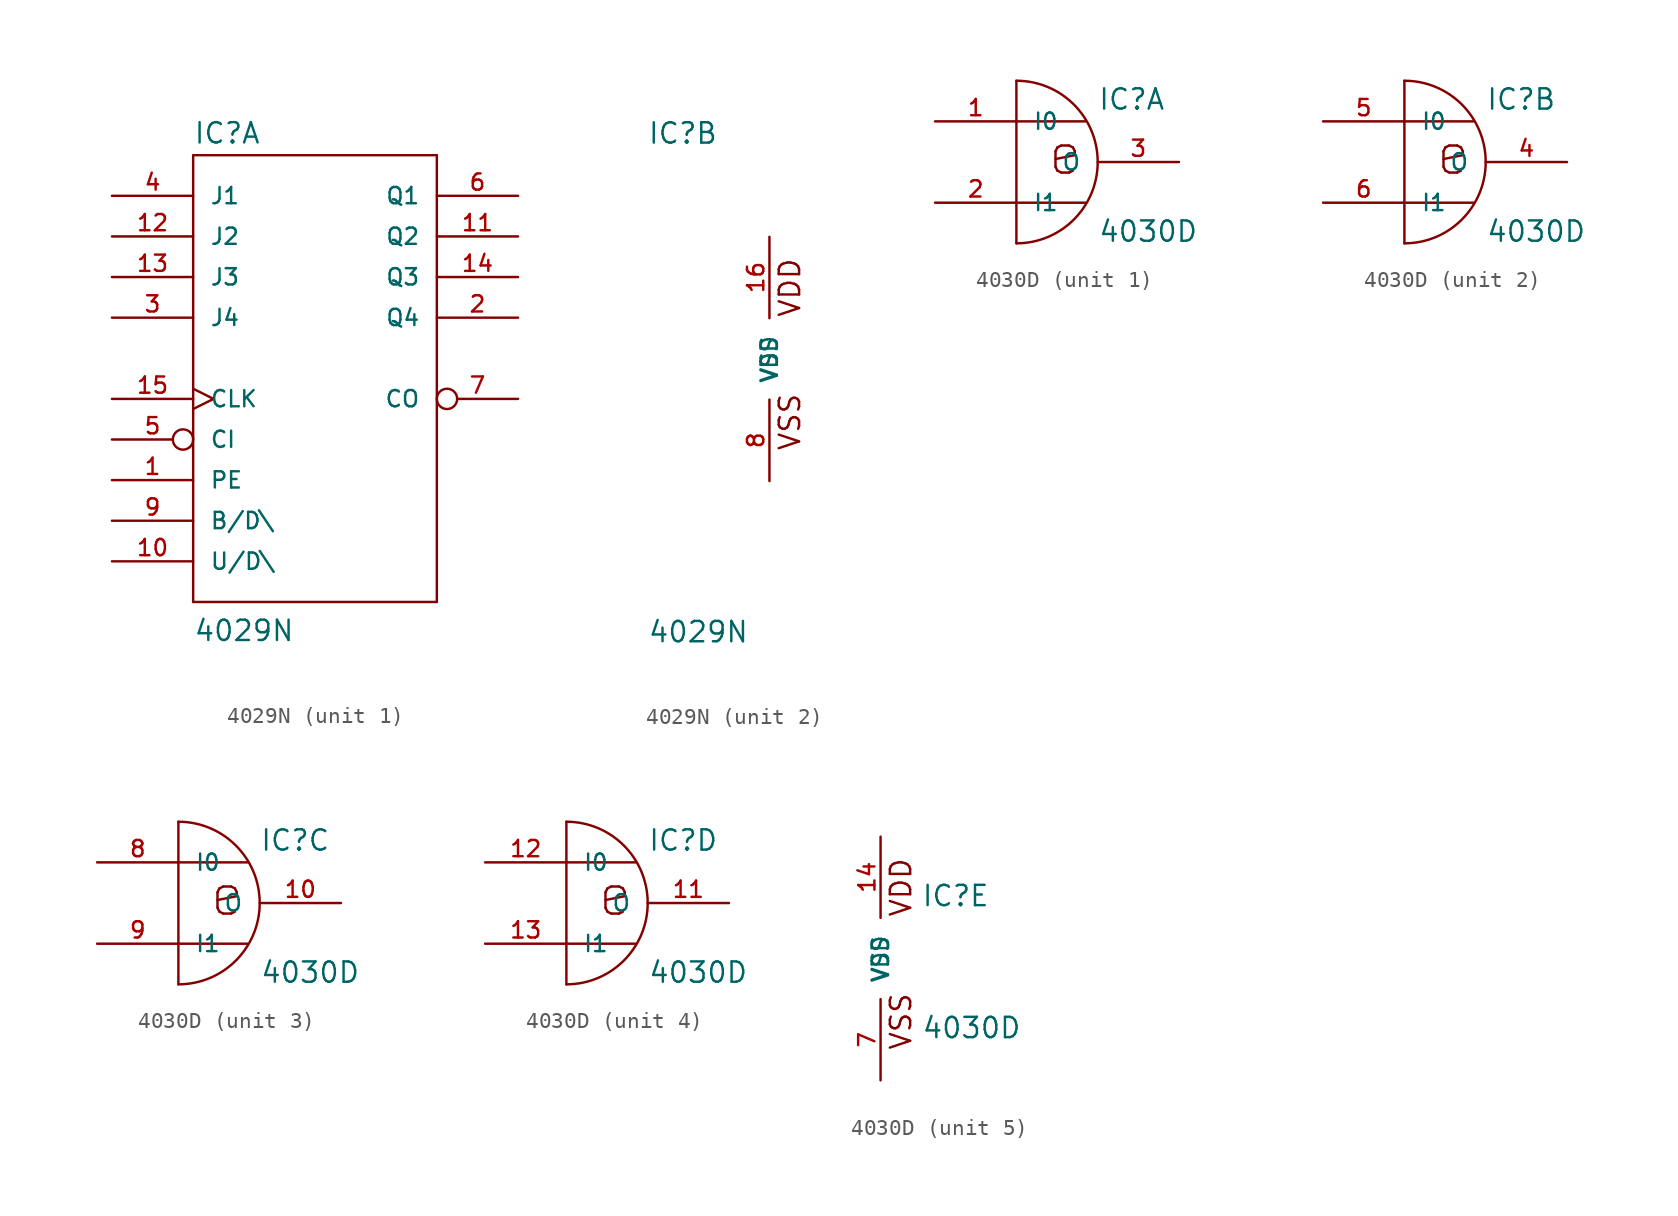
<source format=kicad_sym>
(kicad_symbol_lib
  (version 20211014)
  (generator kicad_symbol_editor)
  (symbol "4029N"
    (pin_names
      (offset 1.016))
    (property "Reference" "IC"
      (at -7.62 13.335 0)
      (effects (font (size 1.27 1.27)) (justify left bottom)))
    (property "Value" "4029N"
      (at -7.62 -17.78 0)
      (effects (font (size 1.27 1.27)) (justify left bottom)))
    (property "ki_locked" ""
      (at 0 0 0)
      (effects (font (size 1.27 1.27))))
    (symbol "4029N_1_0"
      (polyline (pts (xy -7.62 -15.24) (xy 7.62 -15.24)) (stroke (width 0) (type default) (color 0 0 0 0)) (fill (type none)))
      (polyline (pts (xy -7.62 12.7) (xy -7.62 -15.24)) (stroke (width 0) (type default) (color 0 0 0 0)) (fill (type none)))
      (polyline (pts (xy 7.62 -15.24) (xy 7.62 12.7)) (stroke (width 0) (type default) (color 0 0 0 0)) (fill (type none)))
      (polyline (pts (xy 7.62 12.7) (xy -7.62 12.7)) (stroke (width 0) (type default) (color 0 0 0 0)) (fill (type none))))
    (symbol "4029N_1_1"
      (pin input line (at -12.7 -7.62 0) (length 5.08) (name "PE" (effects (font (size 1.016 1.016)))) (number "1" (effects (font (size 1.016 1.016)))))
      (pin input line (at -12.7 -12.7 0) (length 5.08) (name "U/D\\" (effects (font (size 1.016 1.016)))) (number "10" (effects (font (size 1.016 1.016)))))
      (pin output line (at 12.7 7.62 180) (length 5.08) (name "Q2" (effects (font (size 1.016 1.016)))) (number "11" (effects (font (size 1.016 1.016)))))
      (pin input line (at -12.7 7.62 0) (length 5.08) (name "J2" (effects (font (size 1.016 1.016)))) (number "12" (effects (font (size 1.016 1.016)))))
      (pin input line (at -12.7 5.08 0) (length 5.08) (name "J3" (effects (font (size 1.016 1.016)))) (number "13" (effects (font (size 1.016 1.016)))))
      (pin output line (at 12.7 5.08 180) (length 5.08) (name "Q3" (effects (font (size 1.016 1.016)))) (number "14" (effects (font (size 1.016 1.016)))))
      (pin input clock (at -12.7 -2.54 0) (length 5.08) (name "CLK" (effects (font (size 1.016 1.016)))) (number "15" (effects (font (size 1.016 1.016)))))
      (pin output line (at 12.7 2.54 180) (length 5.08) (name "Q4" (effects (font (size 1.016 1.016)))) (number "2" (effects (font (size 1.016 1.016)))))
      (pin input line (at -12.7 2.54 0) (length 5.08) (name "J4" (effects (font (size 1.016 1.016)))) (number "3" (effects (font (size 1.016 1.016)))))
      (pin input line (at -12.7 10.16 0) (length 5.08) (name "J1" (effects (font (size 1.016 1.016)))) (number "4" (effects (font (size 1.016 1.016)))))
      (pin input inverted (at -12.7 -5.08 0) (length 5.08) (name "CI" (effects (font (size 1.016 1.016)))) (number "5" (effects (font (size 1.016 1.016)))))
      (pin output line (at 12.7 10.16 180) (length 5.08) (name "Q1" (effects (font (size 1.016 1.016)))) (number "6" (effects (font (size 1.016 1.016)))))
      (pin output inverted (at 12.7 -2.54 180) (length 5.08) (name "CO" (effects (font (size 1.016 1.016)))) (number "7" (effects (font (size 1.016 1.016)))))
      (pin input line (at -12.7 -10.16 0) (length 5.08) (name "B/D\\" (effects (font (size 1.016 1.016)))) (number "9" (effects (font (size 1.016 1.016))))))
    (symbol "4029N_2_0"
      (text "VDD" (at 1.27 4.445 1) (effects (font (size 1.27 1.27))))
      (text "VSS" (at 1.27 -3.937 1) (effects (font (size 1.27 1.27)))))
    (symbol "4029N_2_1"
      (pin power_in line (at 0 7.62 270) (length 5.08) (name "VDD" (effects (font (size 1.016 1.016)))) (number "16" (effects (font (size 1.016 1.016)))))
      (pin power_in line (at 0 -7.62 90) (length 5.08) (name "VSS" (effects (font (size 1.016 1.016)))) (number "8" (effects (font (size 1.016 1.016)))))))
  (symbol "4030D"
    (pin_names
      (offset 1.016))
    (property "Reference" "IC"
      (at 2.54 3.175 0)
      (effects (font (size 1.27 1.27)) (justify left bottom)))
    (property "Value" "4030D"
      (at 2.54 -5.08 0)
      (effects (font (size 1.27 1.27)) (justify left bottom)))
    (property "ki_locked" ""
      (at 0 0 0)
      (effects (font (size 1.27 1.27))))
    (symbol "4030D_1_0"
      (polyline (pts (xy -2.54 -5.08) (xy -2.54 5.08)) (stroke (width 0) (type default) (color 0 0 0 0)) (fill (type none)))
      (polyline (pts (xy -2.54 -2.54) (xy 1.778 -2.54)) (stroke (width 0) (type default) (color 0 0 0 0)) (fill (type none)))
      (polyline (pts (xy -2.54 2.54) (xy 1.778 2.54)) (stroke (width 0) (type default) (color 0 0 0 0)) (fill (type none)))
      (text "e" (at 0.508 0.508 0) (effects (font (size 2.54 2.54)))))
    (symbol "4030D_1_1"
      (arc (start -2.54 -5.08) (mid 2.54 0) (end -2.54 5.08) (stroke (width 0) (type default) (color 0 0 0 0)) (fill (type none)))
      (pin input line (at -7.62 2.54 0) (length 5.08) (name "I0" (effects (font (size 1.016 1.016)))) (number "1" (effects (font (size 1.016 1.016)))))
      (pin input line (at -7.62 -2.54 0) (length 5.08) (name "I1" (effects (font (size 1.016 1.016)))) (number "2" (effects (font (size 1.016 1.016)))))
      (pin output line (at 7.62 0 180) (length 5.08) (name "O" (effects (font (size 1.016 1.016)))) (number "3" (effects (font (size 1.016 1.016))))))
    (symbol "4030D_2_0"
      (polyline (pts (xy -2.54 -5.08) (xy -2.54 5.08)) (stroke (width 0) (type default) (color 0 0 0 0)) (fill (type none)))
      (polyline (pts (xy -2.54 -2.54) (xy 1.778 -2.54)) (stroke (width 0) (type default) (color 0 0 0 0)) (fill (type none)))
      (polyline (pts (xy -2.54 2.54) (xy 1.778 2.54)) (stroke (width 0) (type default) (color 0 0 0 0)) (fill (type none)))
      (text "e" (at 0.508 0.508 0) (effects (font (size 2.54 2.54)))))
    (symbol "4030D_2_1"
      (arc (start -2.54 -5.08) (mid 2.54 0) (end -2.54 5.08) (stroke (width 0) (type default) (color 0 0 0 0)) (fill (type none)))
      (pin output line (at 7.62 0 180) (length 5.08) (name "O" (effects (font (size 1.016 1.016)))) (number "4" (effects (font (size 1.016 1.016)))))
      (pin input line (at -7.62 2.54 0) (length 5.08) (name "I0" (effects (font (size 1.016 1.016)))) (number "5" (effects (font (size 1.016 1.016)))))
      (pin input line (at -7.62 -2.54 0) (length 5.08) (name "I1" (effects (font (size 1.016 1.016)))) (number "6" (effects (font (size 1.016 1.016))))))
    (symbol "4030D_3_0"
      (polyline (pts (xy -2.54 -5.08) (xy -2.54 5.08)) (stroke (width 0) (type default) (color 0 0 0 0)) (fill (type none)))
      (polyline (pts (xy -2.54 -2.54) (xy 1.778 -2.54)) (stroke (width 0) (type default) (color 0 0 0 0)) (fill (type none)))
      (polyline (pts (xy -2.54 2.54) (xy 1.778 2.54)) (stroke (width 0) (type default) (color 0 0 0 0)) (fill (type none)))
      (text "e" (at 0.508 0.508 0) (effects (font (size 2.54 2.54)))))
    (symbol "4030D_3_1"
      (arc (start -2.54 -5.08) (mid 2.54 0) (end -2.54 5.08) (stroke (width 0) (type default) (color 0 0 0 0)) (fill (type none)))
      (pin output line (at 7.62 0 180) (length 5.08) (name "O" (effects (font (size 1.016 1.016)))) (number "10" (effects (font (size 1.016 1.016)))))
      (pin input line (at -7.62 2.54 0) (length 5.08) (name "I0" (effects (font (size 1.016 1.016)))) (number "8" (effects (font (size 1.016 1.016)))))
      (pin input line (at -7.62 -2.54 0) (length 5.08) (name "I1" (effects (font (size 1.016 1.016)))) (number "9" (effects (font (size 1.016 1.016))))))
    (symbol "4030D_4_0"
      (polyline (pts (xy -2.54 -5.08) (xy -2.54 5.08)) (stroke (width 0) (type default) (color 0 0 0 0)) (fill (type none)))
      (polyline (pts (xy -2.54 -2.54) (xy 1.778 -2.54)) (stroke (width 0) (type default) (color 0 0 0 0)) (fill (type none)))
      (polyline (pts (xy -2.54 2.54) (xy 1.778 2.54)) (stroke (width 0) (type default) (color 0 0 0 0)) (fill (type none)))
      (text "e" (at 0.508 0.508 0) (effects (font (size 2.54 2.54)))))
    (symbol "4030D_4_1"
      (arc (start -2.54 -5.08) (mid 2.54 0) (end -2.54 5.08) (stroke (width 0) (type default) (color 0 0 0 0)) (fill (type none)))
      (pin output line (at 7.62 0 180) (length 5.08) (name "O" (effects (font (size 1.016 1.016)))) (number "11" (effects (font (size 1.016 1.016)))))
      (pin input line (at -7.62 2.54 0) (length 5.08) (name "I0" (effects (font (size 1.016 1.016)))) (number "12" (effects (font (size 1.016 1.016)))))
      (pin input line (at -7.62 -2.54 0) (length 5.08) (name "I1" (effects (font (size 1.016 1.016)))) (number "13" (effects (font (size 1.016 1.016))))))
    (symbol "4030D_5_0"
      (text "VDD" (at 1.27 4.445 1) (effects (font (size 1.27 1.27))))
      (text "VSS" (at 1.27 -3.937 1) (effects (font (size 1.27 1.27)))))
    (symbol "4030D_5_1"
      (pin power_in line (at 0 7.62 270) (length 5.08) (name "VDD" (effects (font (size 1.016 1.016)))) (number "14" (effects (font (size 1.016 1.016)))))
      (pin power_in line (at 0 -7.62 90) (length 5.08) (name "VSS" (effects (font (size 1.016 1.016)))) (number "7" (effects (font (size 1.016 1.016))))))))
</source>
